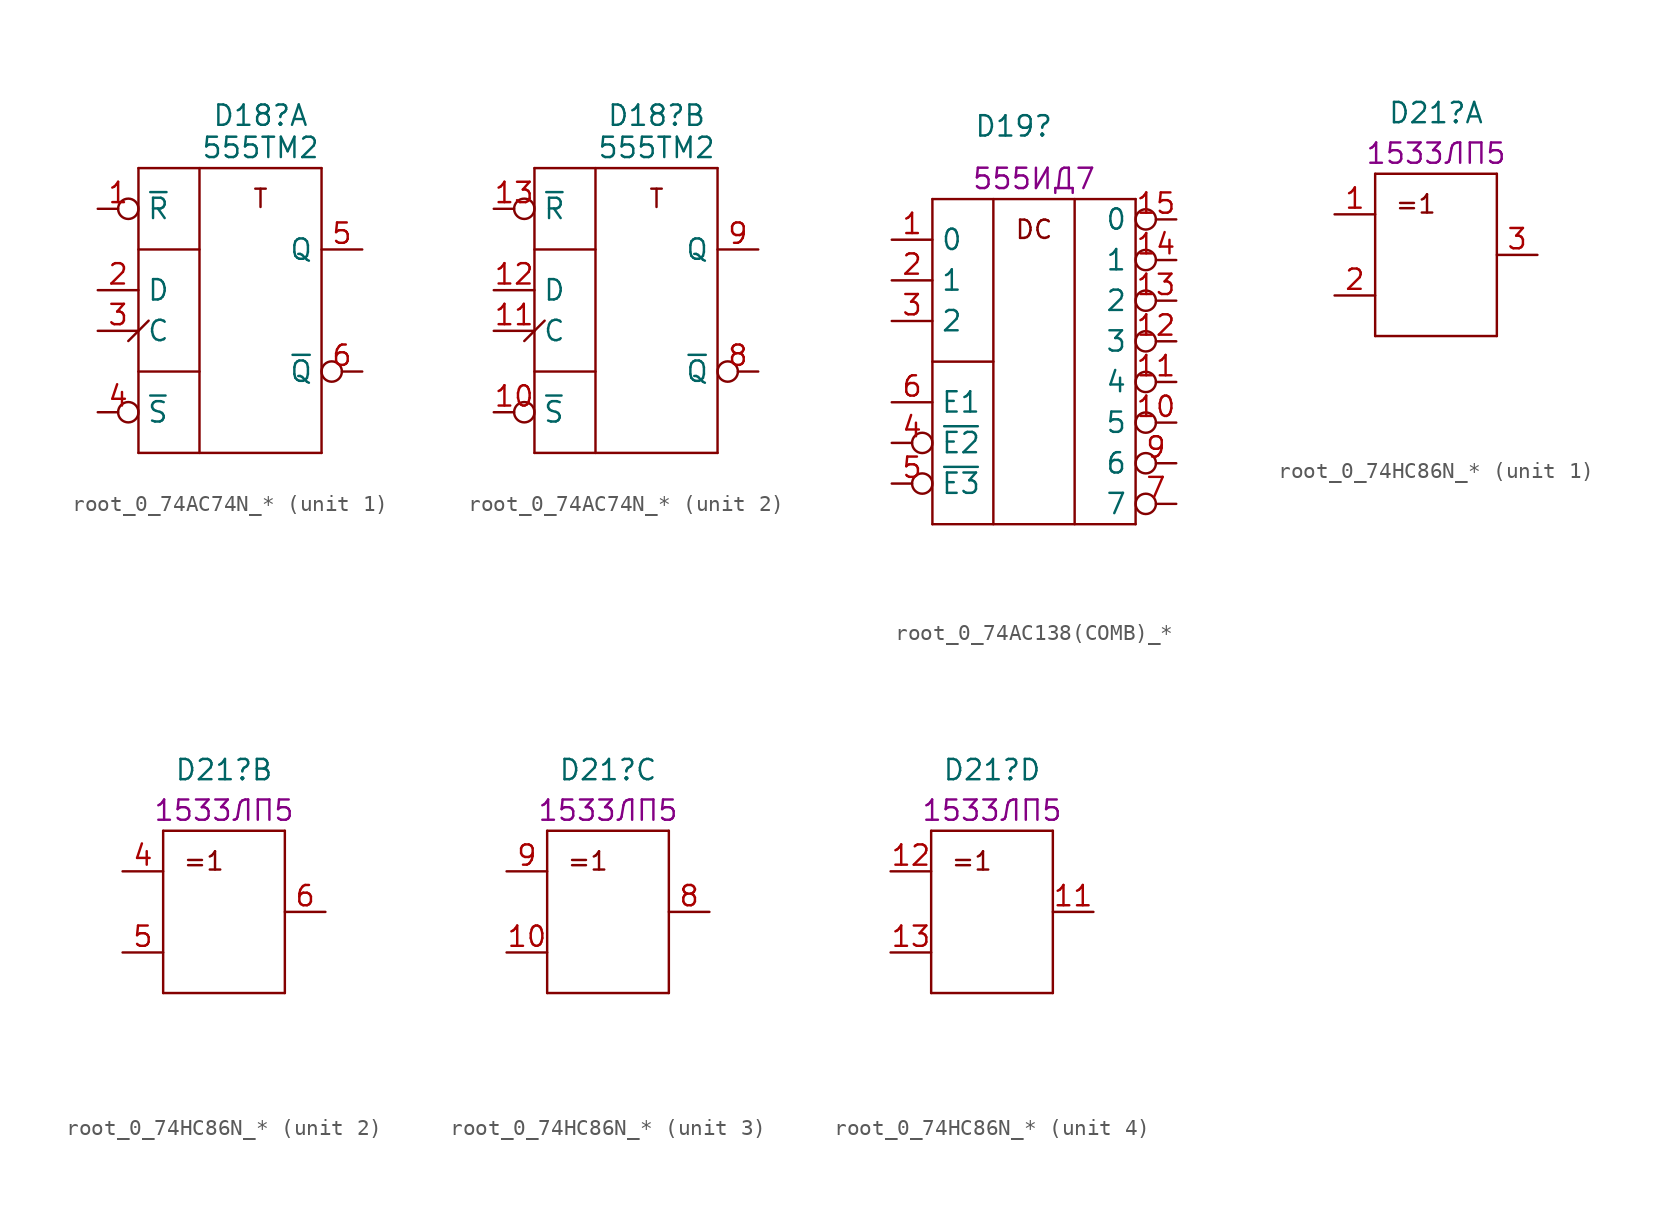
<source format=kicad_sym>
(kicad_symbol_lib
  (version 20241209)
  (generator "kicad_symbol_editor")
  (generator_version "9.0")
  (symbol "root_0_74AC74N_*"
    (property "Reference" "D18"
      (at 10.16 5.08 0)
      (effects (font (size 1.27 1.27)) (justify bottom)))
    (property "Value" "555TM2"
      (at 10.16 3.81 0)
      (effects (font (size 1.27 1.27))))
    (symbol "root_0_74AC74N_*_0_0"
      (pin power_in line (at 10.16 -7.62 90) (length 7.62) (hide yes) (name "GND" (effects (font (size 1.27 1.27)))) (number "7" (effects (font (size 1.27 1.27)))))
      (pin power_in line (at 12.7 -7.62 90) (length 7.62) (hide yes) (name "VCC" (effects (font (size 1.27 1.27)))) (number "14" (effects (font (size 1.27 1.27))))))
    (symbol "root_0_74AC74N_*_1_0"
      (polyline (pts (xy 2.54 2.54) (xy 13.97 2.54)) (stroke (width 0) (type solid)) (fill (type none)))
      (polyline (pts (xy 2.54 -2.54) (xy 6.35 -2.54)) (stroke (width 0) (type solid)) (fill (type none)))
      (polyline (pts (xy 2.54 -10.16) (xy 6.35 -10.16)) (stroke (width 0) (type solid)) (fill (type none)))
      (polyline (pts (xy 2.54 -15.24) (xy 2.54 2.54)) (stroke (width 0) (type solid)) (fill (type none)))
      (polyline (pts (xy 2.54 -15.24) (xy 13.97 -15.24)) (stroke (width 0) (type solid)) (fill (type none)))
      (polyline (pts (xy 3.175 -6.985) (xy 1.905 -8.255)) (stroke (width 0) (type solid)) (fill (type none)))
      (polyline (pts (xy 6.35 -15.24) (xy 6.35 2.54)) (stroke (width 0) (type solid)) (fill (type none)))
      (polyline (pts (xy 13.97 2.54) (xy 13.97 -15.24)) (stroke (width 0) (type solid)) (fill (type none)))
      (text "T" (at 10.16 0.635 0) (effects (font (size 1.143 1.143))))
      (pin input inverted (at 0 0 0) (length 2.54) (name "~{R}" (effects (font (size 1.27 1.27)))) (number "1" (effects (font (size 1.27 1.27)))))
      (pin input line (at 0 -5.08 0) (length 2.54) (name "D" (effects (font (size 1.27 1.27)))) (number "2" (effects (font (size 1.27 1.27)))))
      (pin input line (at 0 -7.62 0) (length 2.54) (name "C" (effects (font (size 1.27 1.27)))) (number "3" (effects (font (size 1.27 1.27)))))
      (pin input inverted (at 0 -12.7 0) (length 2.54) (name "~{S}" (effects (font (size 1.27 1.27)))) (number "4" (effects (font (size 1.27 1.27)))))
      (pin output line (at 16.51 -2.54 180) (length 2.54) (name "Q" (effects (font (size 1.27 1.27)))) (number "5" (effects (font (size 1.27 1.27)))))
      (pin output inverted (at 16.51 -10.16 180) (length 2.54) (name "~{Q}" (effects (font (size 1.27 1.27)))) (number "6" (effects (font (size 1.27 1.27))))))
    (symbol "root_0_74AC74N_*_2_0"
      (polyline (pts (xy 2.54 2.54) (xy 13.97 2.54)) (stroke (width 0) (type solid)) (fill (type none)))
      (polyline (pts (xy 2.54 -2.54) (xy 6.35 -2.54)) (stroke (width 0) (type solid)) (fill (type none)))
      (polyline (pts (xy 2.54 -10.16) (xy 6.35 -10.16)) (stroke (width 0) (type solid)) (fill (type none)))
      (polyline (pts (xy 2.54 -15.24) (xy 2.54 2.54)) (stroke (width 0) (type solid)) (fill (type none)))
      (polyline (pts (xy 2.54 -15.24) (xy 13.97 -15.24)) (stroke (width 0) (type solid)) (fill (type none)))
      (polyline (pts (xy 3.175 -6.985) (xy 1.905 -8.255)) (stroke (width 0) (type solid)) (fill (type none)))
      (polyline (pts (xy 6.35 -15.24) (xy 6.35 2.54)) (stroke (width 0) (type solid)) (fill (type none)))
      (polyline (pts (xy 13.97 2.54) (xy 13.97 -15.24)) (stroke (width 0) (type solid)) (fill (type none)))
      (text "T" (at 10.16 0.635 0) (effects (font (size 1.143 1.143))))
      (pin input inverted (at 0 0 0) (length 2.54) (name "~{R}" (effects (font (size 1.27 1.27)))) (number "13" (effects (font (size 1.27 1.27)))))
      (pin input line (at 0 -5.08 0) (length 2.54) (name "D" (effects (font (size 1.27 1.27)))) (number "12" (effects (font (size 1.27 1.27)))))
      (pin input line (at 0 -7.62 0) (length 2.54) (name "C" (effects (font (size 1.27 1.27)))) (number "11" (effects (font (size 1.27 1.27)))))
      (pin input inverted (at 0 -12.7 0) (length 2.54) (name "~{S}" (effects (font (size 1.27 1.27)))) (number "10" (effects (font (size 1.27 1.27)))))
      (pin output line (at 16.51 -2.54 180) (length 2.54) (name "Q" (effects (font (size 1.27 1.27)))) (number "9" (effects (font (size 1.27 1.27)))))
      (pin output inverted (at 16.51 -10.16 180) (length 2.54) (name "~{Q}" (effects (font (size 1.27 1.27)))) (number "8" (effects (font (size 1.27 1.27)))))))
  (symbol "root_0_74AC138(COMB)_*"
    (property "Reference" "D19"
      (at 7.62 21.59 0)
      (effects (font (size 1.27 1.27)) (justify bottom)))
    (property "ALTIUM_VALUE" "555ИД7"
      (at 8.89 19.05 0)
      (effects (font (size 1.27 1.27))))
    (symbol "root_0_74AC138(COMB)_*_1_0"
      (polyline (pts (xy 2.54 17.78) (xy 15.24 17.78)) (stroke (width 0) (type solid)) (fill (type none)))
      (polyline (pts (xy 2.54 7.62) (xy 6.35 7.62)) (stroke (width 0) (type solid)) (fill (type none)))
      (polyline (pts (xy 2.54 -2.54) (xy 2.54 17.78)) (stroke (width 0) (type solid)) (fill (type none)))
      (polyline (pts (xy 6.35 17.78) (xy 6.35 -2.54)) (stroke (width 0) (type solid)) (fill (type none)))
      (polyline (pts (xy 11.43 -2.54) (xy 11.43 17.78)) (stroke (width 0) (type solid)) (fill (type none)))
      (polyline (pts (xy 15.24 17.78) (xy 15.24 -2.54)) (stroke (width 0) (type solid)) (fill (type none)))
      (polyline (pts (xy 15.24 -2.54) (xy 2.54 -2.54)) (stroke (width 0) (type solid)) (fill (type none)))
      (text "DC" (at 8.89 15.875 0) (effects (font (size 1.143 1.143))))
      (pin input line (at 0 15.24 0) (length 2.54) (name "0" (effects (font (size 1.27 1.27)))) (number "1" (effects (font (size 1.27 1.27)))))
      (pin input line (at 0 12.7 0) (length 2.54) (name "1" (effects (font (size 1.27 1.27)))) (number "2" (effects (font (size 1.27 1.27)))))
      (pin input line (at 0 10.16 0) (length 2.54) (name "2" (effects (font (size 1.27 1.27)))) (number "3" (effects (font (size 1.27 1.27)))))
      (pin input line (at 0 5.08 0) (length 2.54) (name "E1" (effects (font (size 1.27 1.27)))) (number "6" (effects (font (size 1.27 1.27)))))
      (pin input inverted (at 0 2.54 0) (length 2.54) (name "~{E2}" (effects (font (size 1.27 1.27)))) (number "4" (effects (font (size 1.27 1.27)))))
      (pin input inverted (at 0 0 0) (length 2.54) (name "~{E3}" (effects (font (size 1.27 1.27)))) (number "5" (effects (font (size 1.27 1.27)))))
      (pin output inverted (at 17.78 16.51 180) (length 2.54) (name "0" (effects (font (size 1.27 1.27)))) (number "15" (effects (font (size 1.27 1.27)))))
      (pin output inverted (at 17.78 13.97 180) (length 2.54) (name "1" (effects (font (size 1.27 1.27)))) (number "14" (effects (font (size 1.27 1.27)))))
      (pin output inverted (at 17.78 11.43 180) (length 2.54) (name "2" (effects (font (size 1.27 1.27)))) (number "13" (effects (font (size 1.27 1.27)))))
      (pin output inverted (at 17.78 8.89 180) (length 2.54) (name "3" (effects (font (size 1.27 1.27)))) (number "12" (effects (font (size 1.27 1.27)))))
      (pin output inverted (at 17.78 6.35 180) (length 2.54) (name "4" (effects (font (size 1.27 1.27)))) (number "11" (effects (font (size 1.27 1.27)))))
      (pin output inverted (at 17.78 3.81 180) (length 2.54) (name "5" (effects (font (size 1.27 1.27)))) (number "10" (effects (font (size 1.27 1.27)))))
      (pin output inverted (at 17.78 1.27 180) (length 2.54) (name "6" (effects (font (size 1.27 1.27)))) (number "9" (effects (font (size 1.27 1.27)))))
      (pin output inverted (at 17.78 -1.27 180) (length 2.54) (name "7" (effects (font (size 1.27 1.27)))) (number "7" (effects (font (size 1.27 1.27))))))
    (symbol "root_0_74AC138(COMB)_*_1_1"
      (pin power_in line (at 8.89 20.32 270) (length 2.54) (hide yes) (name "VCC" (effects (font (size 1.27 1.27)))) (number "16" (effects (font (size 1.27 1.27)))))
      (pin power_in line (at 8.89 -5.08 90) (length 2.54) (hide yes) (name "GND" (effects (font (size 1.27 1.27)))) (number "8" (effects (font (size 1.27 1.27)))))))
  (symbol "root_0_74HC86N_*"
    (property "Reference" "D21"
      (at 6.35 11.43 0)
      (effects (font (size 1.27 1.27))))
    (property "ALTIUM_VALUE" "1533ЛП5"
      (at 6.35 8.89 0)
      (effects (font (size 1.27 1.27))))
    (symbol "root_0_74HC86N_*_0_0"
      (pin power_in line (at 10.16 -7.62 90) (length 7.62) (hide yes) (name "GND" (effects (font (size 1.27 1.27)))) (number "7" (effects (font (size 1.27 1.27)))))
      (pin power_in line (at 12.7 -7.62 90) (length 7.62) (hide yes) (name "VCC" (effects (font (size 1.27 1.27)))) (number "14" (effects (font (size 1.27 1.27))))))
    (symbol "root_0_74HC86N_*_1_0"
      (polyline (pts (xy 2.54 7.62) (xy 2.54 -2.54)) (stroke (width 0) (type solid)) (fill (type none)))
      (polyline (pts (xy 2.54 -2.54) (xy 10.16 -2.54)) (stroke (width 0) (type solid)) (fill (type none)))
      (polyline (pts (xy 10.16 7.62) (xy 2.54 7.62)) (stroke (width 0) (type solid)) (fill (type none)))
      (polyline (pts (xy 10.16 -2.54) (xy 10.16 7.62)) (stroke (width 0) (type solid)) (fill (type none)))
      (text "=1" (at 5.08 5.715 0) (effects (font (size 1.143 1.143))))
      (pin input line (at 0 5.08 0) (length 2.54) (name "A" (effects (font (size 0 0)))) (number "1" (effects (font (size 1.27 1.27)))))
      (pin input line (at 0 0 0) (length 2.54) (name "B" (effects (font (size 0 0)))) (number "2" (effects (font (size 1.27 1.27)))))
      (pin output line (at 12.7 2.54 180) (length 2.54) (name "Y" (effects (font (size 0 0)))) (number "3" (effects (font (size 1.27 1.27))))))
    (symbol "root_0_74HC86N_*_2_0"
      (polyline (pts (xy 2.54 7.62) (xy 2.54 -2.54)) (stroke (width 0) (type solid)) (fill (type none)))
      (polyline (pts (xy 2.54 -2.54) (xy 10.16 -2.54)) (stroke (width 0) (type solid)) (fill (type none)))
      (polyline (pts (xy 10.16 7.62) (xy 2.54 7.62)) (stroke (width 0) (type solid)) (fill (type none)))
      (polyline (pts (xy 10.16 -2.54) (xy 10.16 7.62)) (stroke (width 0) (type solid)) (fill (type none)))
      (text "=1" (at 5.08 5.715 0) (effects (font (size 1.143 1.143))))
      (pin input line (at 0 5.08 0) (length 2.54) (name "A" (effects (font (size 0 0)))) (number "4" (effects (font (size 1.27 1.27)))))
      (pin input line (at 0 0 0) (length 2.54) (name "B" (effects (font (size 0 0)))) (number "5" (effects (font (size 1.27 1.27)))))
      (pin output line (at 12.7 2.54 180) (length 2.54) (name "Y" (effects (font (size 0 0)))) (number "6" (effects (font (size 1.27 1.27))))))
    (symbol "root_0_74HC86N_*_3_0"
      (polyline (pts (xy 2.54 7.62) (xy 2.54 -2.54)) (stroke (width 0) (type solid)) (fill (type none)))
      (polyline (pts (xy 2.54 -2.54) (xy 10.16 -2.54)) (stroke (width 0) (type solid)) (fill (type none)))
      (polyline (pts (xy 10.16 7.62) (xy 2.54 7.62)) (stroke (width 0) (type solid)) (fill (type none)))
      (polyline (pts (xy 10.16 -2.54) (xy 10.16 7.62)) (stroke (width 0) (type solid)) (fill (type none)))
      (text "=1" (at 5.08 5.715 0) (effects (font (size 1.143 1.143))))
      (pin input line (at 0 5.08 0) (length 2.54) (name "A" (effects (font (size 0 0)))) (number "9" (effects (font (size 1.27 1.27)))))
      (pin input line (at 0 0 0) (length 2.54) (name "B" (effects (font (size 0 0)))) (number "10" (effects (font (size 1.27 1.27)))))
      (pin output line (at 12.7 2.54 180) (length 2.54) (name "Y" (effects (font (size 0 0)))) (number "8" (effects (font (size 1.27 1.27))))))
    (symbol "root_0_74HC86N_*_4_0"
      (polyline (pts (xy 2.54 7.62) (xy 2.54 -2.54)) (stroke (width 0) (type solid)) (fill (type none)))
      (polyline (pts (xy 2.54 -2.54) (xy 10.16 -2.54)) (stroke (width 0) (type solid)) (fill (type none)))
      (polyline (pts (xy 10.16 7.62) (xy 2.54 7.62)) (stroke (width 0) (type solid)) (fill (type none)))
      (polyline (pts (xy 10.16 -2.54) (xy 10.16 7.62)) (stroke (width 0) (type solid)) (fill (type none)))
      (text "=1" (at 5.08 5.715 0) (effects (font (size 1.143 1.143))))
      (pin input line (at 0 5.08 0) (length 2.54) (name "A" (effects (font (size 0 0)))) (number "12" (effects (font (size 1.27 1.27)))))
      (pin input line (at 0 0 0) (length 2.54) (name "B" (effects (font (size 0 0)))) (number "13" (effects (font (size 1.27 1.27)))))
      (pin output line (at 12.7 2.54 180) (length 2.54) (name "Y" (effects (font (size 0 0)))) (number "11" (effects (font (size 1.27 1.27))))))))
</source>
